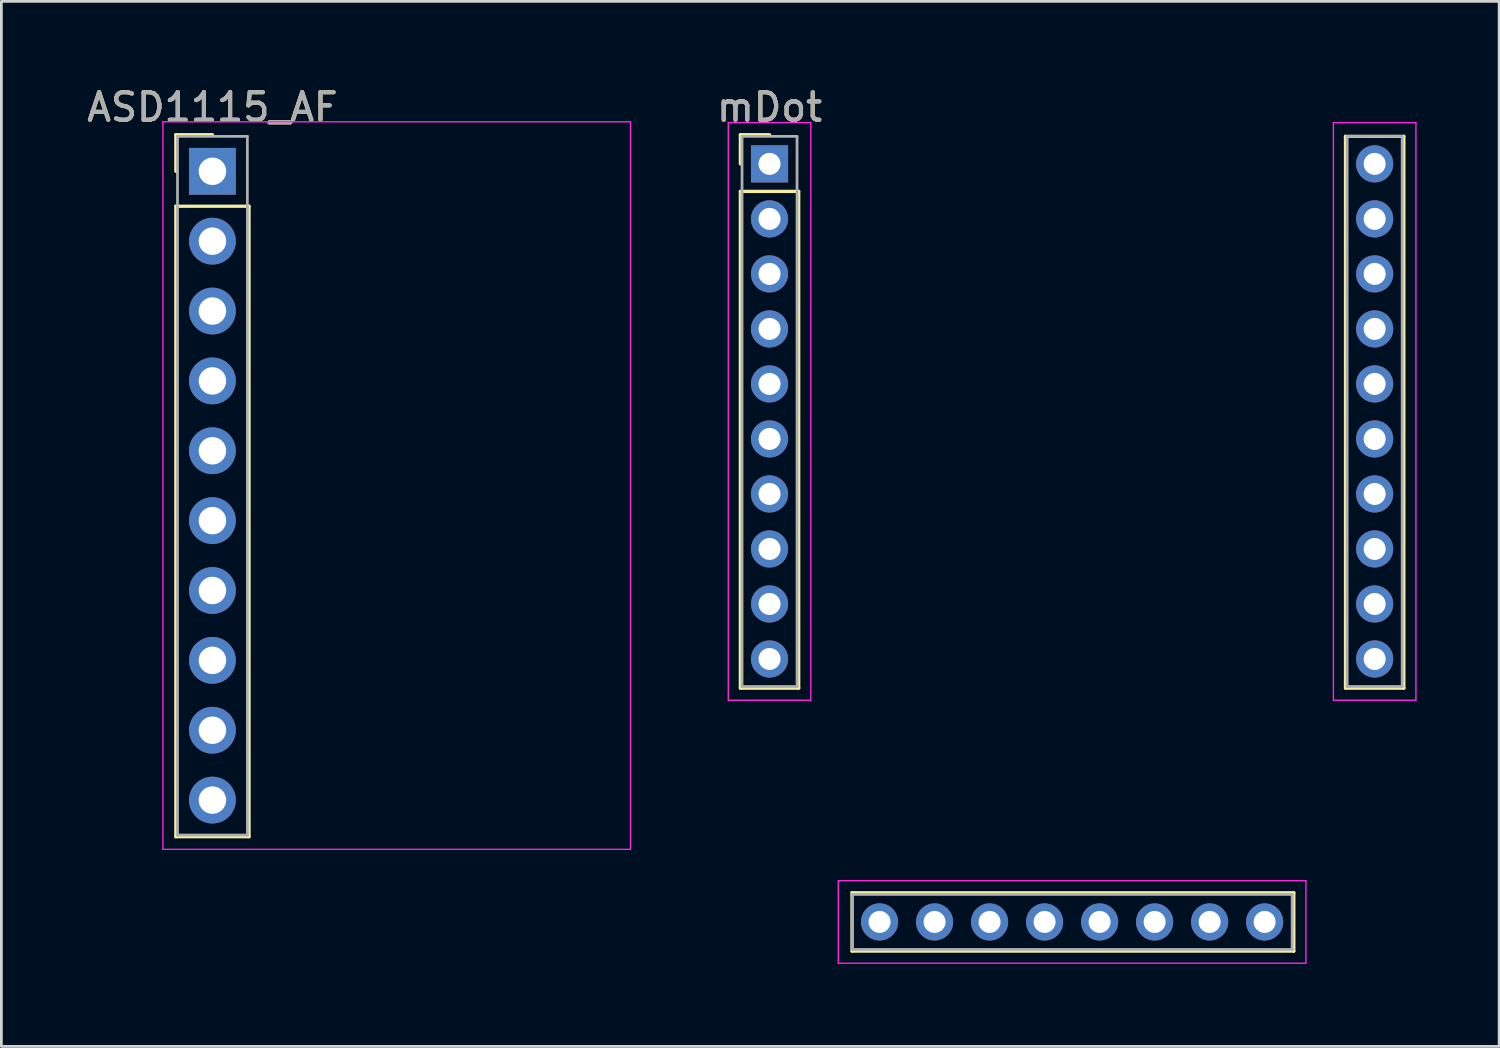
<source format=kicad_pcb>
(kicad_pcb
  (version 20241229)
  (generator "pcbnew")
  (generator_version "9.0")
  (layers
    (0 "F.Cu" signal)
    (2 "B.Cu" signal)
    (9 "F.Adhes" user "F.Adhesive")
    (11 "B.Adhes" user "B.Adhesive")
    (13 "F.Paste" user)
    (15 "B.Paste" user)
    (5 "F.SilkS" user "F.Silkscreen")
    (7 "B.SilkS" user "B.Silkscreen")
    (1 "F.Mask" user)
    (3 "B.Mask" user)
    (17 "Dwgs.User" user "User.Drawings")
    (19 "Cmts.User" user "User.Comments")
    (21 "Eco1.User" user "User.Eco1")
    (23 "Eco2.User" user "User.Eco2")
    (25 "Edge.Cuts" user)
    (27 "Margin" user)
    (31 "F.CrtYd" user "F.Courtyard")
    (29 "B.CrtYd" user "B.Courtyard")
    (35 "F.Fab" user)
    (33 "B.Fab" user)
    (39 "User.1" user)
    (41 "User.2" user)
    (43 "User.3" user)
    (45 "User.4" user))
  (footprint "ASD1115_AF"
    (layer "F.Cu")
    (at 4.673 3.178)
    (property "Reference" "ASD1115_AF" (at 0 -2.33 0) (layer "F.SilkS") (effects (font (size 1 1) (thickness 0.15))))
    (attr through_hole)
    (fp_line (start -1.33 -1.33) (end 0 -1.33) (stroke (width 0.12) (type solid)) (layer "F.SilkS"))
    (fp_line (start -1.33 0) (end -1.33 -1.33) (stroke (width 0.12) (type solid)) (layer "F.SilkS"))
    (fp_line (start -1.33 1.27) (end -1.33 24.19) (stroke (width 0.12) (type solid)) (layer "F.SilkS"))
    (fp_line (start -1.33 24.19) (end 1.33 24.19) (stroke (width 0.12) (type solid)) (layer "F.SilkS"))
    (fp_line (start 1.33 1.27) (end -1.33 1.27) (stroke (width 0.12) (type solid)) (layer "F.SilkS"))
    (fp_line (start 1.33 24.19) (end 1.33 1.27) (stroke (width 0.12) (type solid)) (layer "F.SilkS"))
    (fp_line (start -1.8 -1.8) (end -1.8 24.65) (stroke (width 0.05) (type solid)) (layer "F.CrtYd"))
    (fp_line (start -1.8 24.65) (end 15.2 24.65) (stroke (width 0.05) (type solid)) (layer "F.CrtYd"))
    (fp_line (start 15.2 -1.8) (end -1.8 -1.8) (stroke (width 0.05) (type solid)) (layer "F.CrtYd"))
    (fp_line (start 15.2 24.65) (end 15.2 -1.8) (stroke (width 0.05) (type solid)) (layer "F.CrtYd"))
    (fp_line (start -1.27 -1.27) (end -1.27 24.13) (stroke (width 0.1) (type solid)) (layer "F.Fab"))
    (fp_line (start -1.27 24.13) (end 1.27 24.13) (stroke (width 0.1) (type solid)) (layer "F.Fab"))
    (fp_line (start 1.27 -1.27) (end -1.27 -1.27) (stroke (width 0.1) (type solid)) (layer "F.Fab"))
    (fp_line (start 1.27 24.13) (end 1.27 -1.27) (stroke (width 0.1) (type solid)) (layer "F.Fab"))
    (fp_text user "${REFERENCE}" (at 0 -2.33 0) (layer "F.Fab") (effects (font (size 1 1) (thickness 0.15))))
    (pad "1" thru_hole rect (at 0 0) (size 1.7 1.7) (drill 1) (layers "*.Cu" "*.Mask"))
    (pad "2" thru_hole oval (at 0 2.54) (size 1.7 1.7) (drill 1) (layers "*.Cu" "*.Mask"))
    (pad "3" thru_hole oval (at 0 5.08) (size 1.7 1.7) (drill 1) (layers "*.Cu" "*.Mask"))
    (pad "4" thru_hole oval (at 0 7.62) (size 1.7 1.7) (drill 1) (layers "*.Cu" "*.Mask"))
    (pad "5" thru_hole oval (at 0 10.16) (size 1.7 1.7) (drill 1) (layers "*.Cu" "*.Mask"))
    (pad "6" thru_hole oval (at 0 12.7) (size 1.7 1.7) (drill 1) (layers "*.Cu" "*.Mask"))
    (pad "7" thru_hole oval (at 0 15.24) (size 1.7 1.7) (drill 1) (layers "*.Cu" "*.Mask"))
    (pad "8" thru_hole oval (at 0 17.78) (size 1.7 1.7) (drill 1) (layers "*.Cu" "*.Mask"))
    (pad "9" thru_hole oval (at 0 20.32) (size 1.7 1.7) (drill 1) (layers "*.Cu" "*.Mask"))
    (pad "10" thru_hole oval (at 0 22.86) (size 1.7 1.7) (drill 1) (layers "*.Cu" "*.Mask")))
  (footprint "mDot"
    (layer "F.Cu")
    (at 24.927 2.908)
    (property "Reference" "mDot" (at 0 -2.06 0) (layer "F.SilkS") (effects (font (size 1 1) (thickness 0.15))))
    (attr through_hole)
    (fp_line (start -1.06 -1.06) (end 0 -1.06) (stroke (width 0.12) (type solid)) (layer "F.SilkS"))
    (fp_line (start -1.06 0) (end -1.06 -1.06) (stroke (width 0.12) (type solid)) (layer "F.SilkS"))
    (fp_line (start -1.06 1) (end -1.06 19.06) (stroke (width 0.12) (type solid)) (layer "F.SilkS"))
    (fp_line (start -1.06 19.06) (end 1.06 19.06) (stroke (width 0.12) (type solid)) (layer "F.SilkS"))
    (fp_line (start 1.06 1) (end -1.06 1) (stroke (width 0.12) (type solid)) (layer "F.SilkS"))
    (fp_line (start 1.06 19.06) (end 1.06 1) (stroke (width 0.12) (type solid)) (layer "F.SilkS"))
    (fp_line (start 3 26.5) (end 19.06 26.5) (stroke (width 0.12) (type solid)) (layer "F.SilkS"))
    (fp_line (start 3 28.62) (end 3 26.5) (stroke (width 0.12) (type solid)) (layer "F.SilkS"))
    (fp_line (start 19.06 26.5) (end 19.06 28.62) (stroke (width 0.12) (type solid)) (layer "F.SilkS"))
    (fp_line (start 19.06 28.62) (end 3 28.62) (stroke (width 0.12) (type solid)) (layer "F.SilkS"))
    (fp_line (start 20.94 -1) (end 23.06 -1) (stroke (width 0.12) (type solid)) (layer "F.SilkS"))
    (fp_line (start 20.94 19.06) (end 20.94 -1) (stroke (width 0.12) (type solid)) (layer "F.SilkS"))
    (fp_line (start 23.06 -1) (end 23.06 19.06) (stroke (width 0.12) (type solid)) (layer "F.SilkS"))
    (fp_line (start 23.06 19.06) (end 20.94 19.06) (stroke (width 0.12) (type solid)) (layer "F.SilkS"))
    (fp_line (start -1.5 -1.5) (end -1.5 19.5) (stroke (width 0.05) (type solid)) (layer "F.CrtYd"))
    (fp_line (start -1.5 19.5) (end 1.5 19.5) (stroke (width 0.05) (type solid)) (layer "F.CrtYd"))
    (fp_line (start 1.5 -1.5) (end -1.5 -1.5) (stroke (width 0.05) (type solid)) (layer "F.CrtYd"))
    (fp_line (start 1.5 19.5) (end 1.5 -1.5) (stroke (width 0.05) (type solid)) (layer "F.CrtYd"))
    (fp_line (start 2.5 26.06) (end 19.5 26.06) (stroke (width 0.05) (type solid)) (layer "F.CrtYd"))
    (fp_line (start 2.5 29.06) (end 2.5 26.06) (stroke (width 0.05) (type solid)) (layer "F.CrtYd"))
    (fp_line (start 19.5 26.06) (end 19.5 29.06) (stroke (width 0.05) (type solid)) (layer "F.CrtYd"))
    (fp_line (start 19.5 29.06) (end 2.5 29.06) (stroke (width 0.05) (type solid)) (layer "F.CrtYd"))
    (fp_line (start 20.5 -1.5) (end 23.5 -1.5) (stroke (width 0.05) (type solid)) (layer "F.CrtYd"))
    (fp_line (start 20.5 19.5) (end 20.5 -1.5) (stroke (width 0.05) (type solid)) (layer "F.CrtYd"))
    (fp_line (start 23.5 -1.5) (end 23.5 19.5) (stroke (width 0.05) (type solid)) (layer "F.CrtYd"))
    (fp_line (start 23.5 19.5) (end 20.5 19.5) (stroke (width 0.05) (type solid)) (layer "F.CrtYd"))
    (fp_line (start -1 -1) (end -1 19) (stroke (width 0.1) (type solid)) (layer "F.Fab"))
    (fp_line (start -1 19) (end 1 19) (stroke (width 0.1) (type solid)) (layer "F.Fab"))
    (fp_line (start 1 -1) (end -1 -1) (stroke (width 0.1) (type solid)) (layer "F.Fab"))
    (fp_line (start 1 19) (end 1 -1) (stroke (width 0.1) (type solid)) (layer "F.Fab"))
    (fp_line (start 3 26.56) (end 19 26.56) (stroke (width 0.1) (type solid)) (layer "F.Fab"))
    (fp_line (start 3 28.56) (end 3 26.56) (stroke (width 0.1) (type solid)) (layer "F.Fab"))
    (fp_line (start 19 26.56) (end 19 28.56) (stroke (width 0.1) (type solid)) (layer "F.Fab"))
    (fp_line (start 19 28.56) (end 3 28.56) (stroke (width 0.1) (type solid)) (layer "F.Fab"))
    (fp_line (start 21 -1) (end 23 -1) (stroke (width 0.1) (type solid)) (layer "F.Fab"))
    (fp_line (start 21 19) (end 21 -1) (stroke (width 0.1) (type solid)) (layer "F.Fab"))
    (fp_line (start 23 -1) (end 23 19) (stroke (width 0.1) (type solid)) (layer "F.Fab"))
    (fp_line (start 23 19) (end 21 19) (stroke (width 0.1) (type solid)) (layer "F.Fab"))
    (fp_text user "${REFERENCE}" (at 0 -2.06 0) (layer "F.Fab") (effects (font (size 1 1) (thickness 0.15))))
    (pad "1" thru_hole rect (at 0 0) (size 1.35 1.35) (drill 0.8) (layers "*.Cu" "*.Mask"))
    (pad "2" thru_hole oval (at 0 2) (size 1.35 1.35) (drill 0.8) (layers "*.Cu" "*.Mask"))
    (pad "3" thru_hole oval (at 0 4) (size 1.35 1.35) (drill 0.8) (layers "*.Cu" "*.Mask"))
    (pad "4" thru_hole oval (at 0 6) (size 1.35 1.35) (drill 0.8) (layers "*.Cu" "*.Mask"))
    (pad "5" thru_hole oval (at 0 8) (size 1.35 1.35) (drill 0.8) (layers "*.Cu" "*.Mask"))
    (pad "6" thru_hole oval (at 0 10) (size 1.35 1.35) (drill 0.8) (layers "*.Cu" "*.Mask"))
    (pad "7" thru_hole oval (at 0 12) (size 1.35 1.35) (drill 0.8) (layers "*.Cu" "*.Mask"))
    (pad "8" thru_hole oval (at 0 14) (size 1.35 1.35) (drill 0.8) (layers "*.Cu" "*.Mask"))
    (pad "9" thru_hole oval (at 0 16) (size 1.35 1.35) (drill 0.8) (layers "*.Cu" "*.Mask"))
    (pad "10" thru_hole oval (at 0 18) (size 1.35 1.35) (drill 0.8) (layers "*.Cu" "*.Mask"))
    (pad "11" thru_hole oval (at 22 18) (size 1.35 1.35) (drill 0.8) (layers "*.Cu" "*.Mask"))
    (pad "12" thru_hole oval (at 22 16) (size 1.35 1.35) (drill 0.8) (layers "*.Cu" "*.Mask"))
    (pad "13" thru_hole oval (at 22 14) (size 1.35 1.35) (drill 0.8) (layers "*.Cu" "*.Mask"))
    (pad "14" thru_hole oval (at 22 12) (size 1.35 1.35) (drill 0.8) (layers "*.Cu" "*.Mask"))
    (pad "15" thru_hole oval (at 22 10) (size 1.35 1.35) (drill 0.8) (layers "*.Cu" "*.Mask"))
    (pad "16" thru_hole oval (at 22 8) (size 1.35 1.35) (drill 0.8) (layers "*.Cu" "*.Mask"))
    (pad "17" thru_hole oval (at 22 6) (size 1.35 1.35) (drill 0.8) (layers "*.Cu" "*.Mask"))
    (pad "18" thru_hole oval (at 22 4) (size 1.35 1.35) (drill 0.8) (layers "*.Cu" "*.Mask"))
    (pad "19" thru_hole oval (at 22 2) (size 1.35 1.35) (drill 0.8) (layers "*.Cu" "*.Mask"))
    (pad "20" thru_hole oval (at 22 0) (size 1.35 1.35) (drill 0.8) (layers "*.Cu" "*.Mask"))
    (pad "24" thru_hole oval (at 4 27.56) (size 1.35 1.35) (drill 0.8) (layers "*.Cu" "*.Mask"))
    (pad "25" thru_hole oval (at 6 27.56) (size 1.35 1.35) (drill 0.8) (layers "*.Cu" "*.Mask"))
    (pad "26" thru_hole oval (at 8 27.56) (size 1.35 1.35) (drill 0.8) (layers "*.Cu" "*.Mask"))
    (pad "27" thru_hole oval (at 10 27.56) (size 1.35 1.35) (drill 0.8) (layers "*.Cu" "*.Mask"))
    (pad "28" thru_hole oval (at 12 27.56) (size 1.35 1.35) (drill 0.8) (layers "*.Cu" "*.Mask"))
    (pad "29" thru_hole oval (at 14 27.56) (size 1.35 1.35) (drill 0.8) (layers "*.Cu" "*.Mask"))
    (pad "30" thru_hole oval (at 16 27.56) (size 1.35 1.35) (drill 0.8) (layers "*.Cu" "*.Mask"))
    (pad "31" thru_hole oval (at 18 27.56) (size 1.35 1.35) (drill 0.8) (layers "*.Cu" "*.Mask")))
  (gr_rect
    (start -3 -3)
    (end 51.452 34.993)
    (stroke (width 0.1) (type default))
    (fill no)
    (layer "Edge.Cuts")))
</source>
